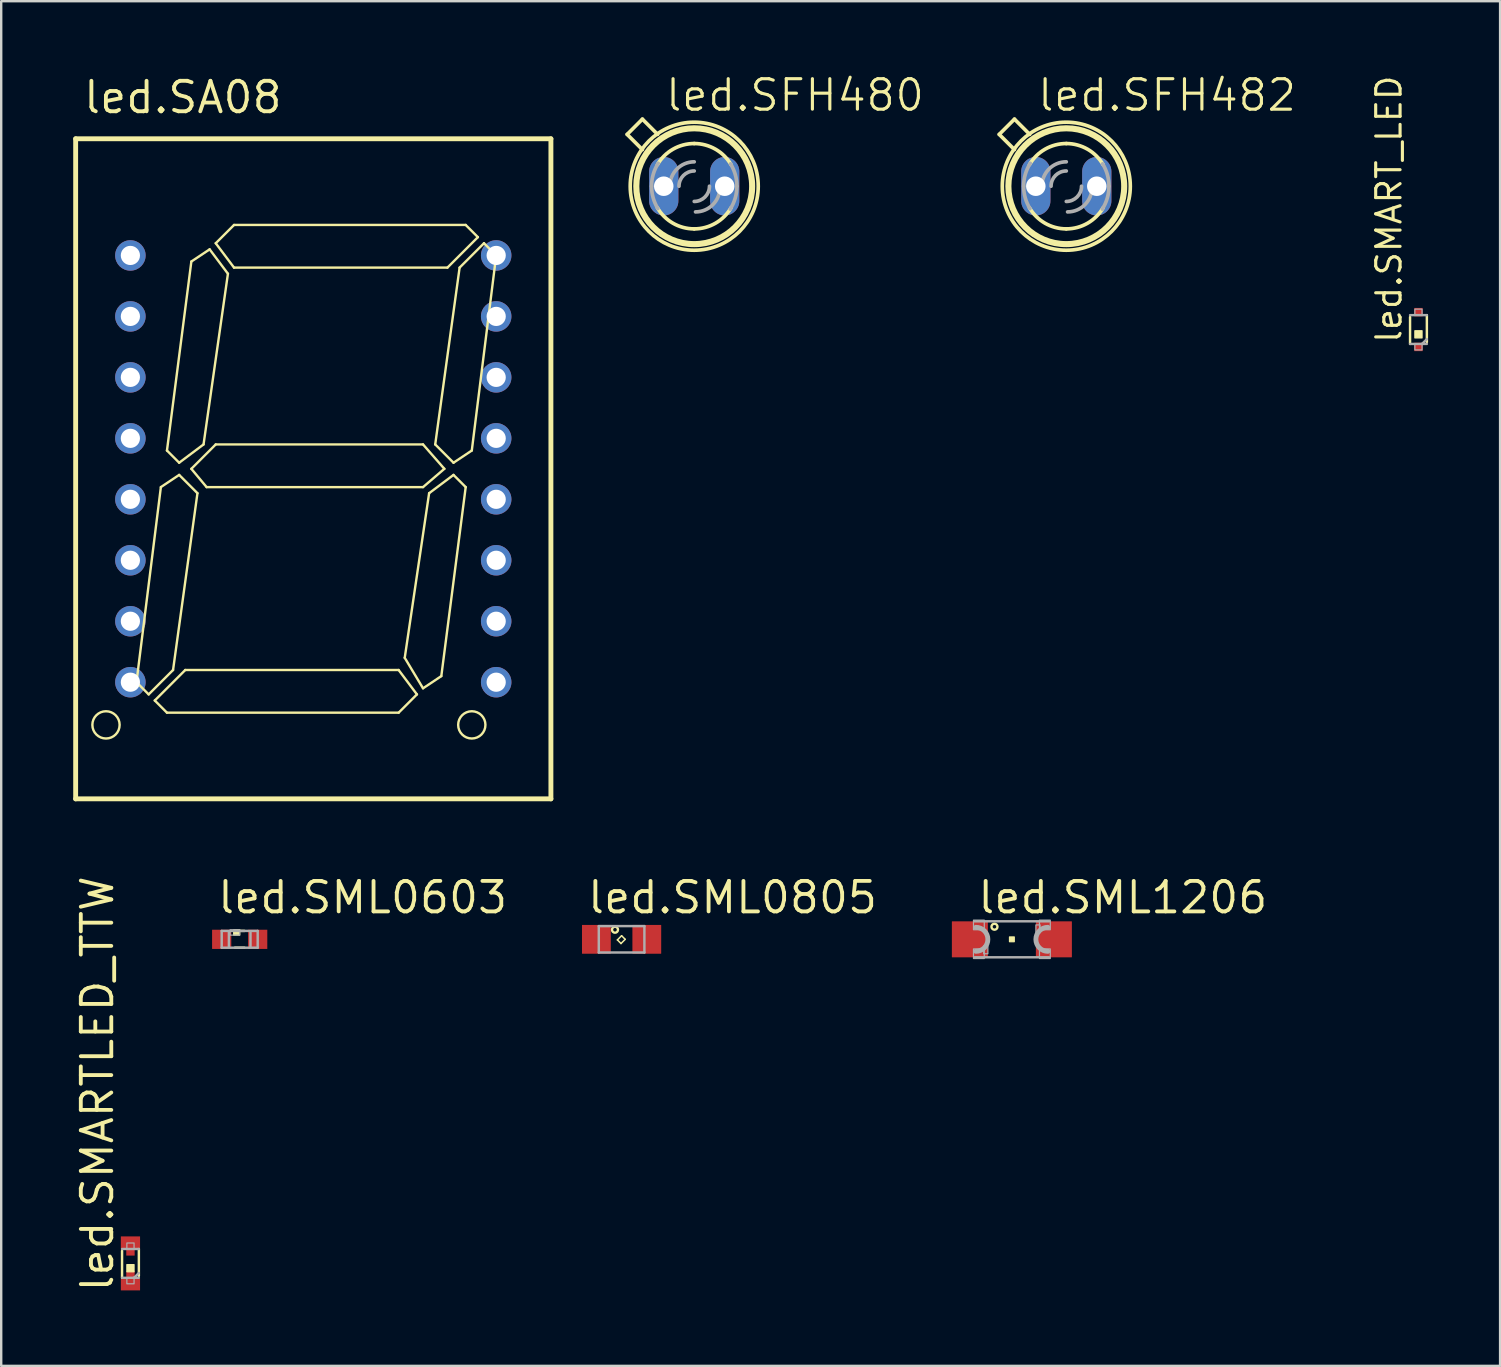
<source format=kicad_pcb>
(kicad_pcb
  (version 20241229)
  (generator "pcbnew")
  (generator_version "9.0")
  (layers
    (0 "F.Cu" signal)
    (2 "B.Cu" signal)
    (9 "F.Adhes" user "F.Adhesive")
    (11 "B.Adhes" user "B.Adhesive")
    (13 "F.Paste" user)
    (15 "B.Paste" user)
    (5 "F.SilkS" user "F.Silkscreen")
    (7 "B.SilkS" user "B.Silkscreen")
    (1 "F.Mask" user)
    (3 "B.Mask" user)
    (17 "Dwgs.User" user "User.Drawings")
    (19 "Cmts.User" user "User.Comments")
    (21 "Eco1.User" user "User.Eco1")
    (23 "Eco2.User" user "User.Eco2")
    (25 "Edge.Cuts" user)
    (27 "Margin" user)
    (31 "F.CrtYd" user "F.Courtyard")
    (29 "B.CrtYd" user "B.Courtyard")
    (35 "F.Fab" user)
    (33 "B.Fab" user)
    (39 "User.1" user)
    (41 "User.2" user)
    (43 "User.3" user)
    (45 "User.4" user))
  (footprint "led.SMARTLED_TTW"
    (layer "F.Cu")
    (at 2.385 49.586)
    (property "Reference" "led.SMARTLED_TTW" (at -0.635 1.27 90) (layer "F.SilkS") (effects (font (size 1.27 1.27) (thickness 0.16)) (justify left bottom)))
    (attr smd)
    (fp_rect (start -0.175 -0.325) (end 0.175 -0.7) (stroke (width 0.05) (type default)) (fill yes) (layer "F.Mask"))
    (fp_rect (start -0.175 0.7) (end 0.175 0.325) (stroke (width 0.05) (type default)) (fill yes) (layer "F.Mask"))
    (fp_line (start -0.35 0.6) (end -0.35 -0.6) (stroke (width 0.102) (type dash)) (layer "F.SilkS"))
    (fp_line (start 0.35 -0.6) (end 0.35 0.6) (stroke (width 0.102) (type dash)) (layer "F.SilkS"))
    (fp_rect (start -0.15 0.35) (end 0.15 0.05) (stroke (width 0.05) (type default)) (fill yes) (layer "F.SilkS"))
    (fp_rect (start -0.225 -0.3) (end 0.225 -0.975) (stroke (width 0.05) (type default)) (fill yes) (layer "F.Paste"))
    (fp_rect (start -0.225 0.975) (end 0.225 0.3) (stroke (width 0.05) (type default)) (fill yes) (layer "F.Paste"))
    (fp_line (start -0.35 -0.6) (end 0.35 -0.6) (stroke (width 0.102) (type dash)) (layer "F.Fab"))
    (fp_line (start 0.15 0.6) (end -0.35 0.6) (stroke (width 0.102) (type dash)) (layer "F.Fab"))
    (fp_line (start 0.35 0.4) (end 0.15 0.6) (stroke (width 0.102) (type dash)) (layer "F.Fab"))
    (fp_line (start 0.35 0.6) (end 0.15 0.6) (stroke (width 0.102) (type dash)) (layer "F.Fab"))
    (fp_rect (start -0.15 -0.6) (end 0.15 -0.85) (stroke (width 0.05) (type default)) (fill no) (layer "F.Fab"))
    (fp_rect (start -0.15 0.85) (end 0.15 0.6) (stroke (width 0.05) (type default)) (fill no) (layer "F.Fab"))
    (pad "A" smd roundrect (at 0 0.875) (size 0.8 0.5) (layers "F.Cu" "F.Mask" "F.Paste") (roundrect_rratio 0.01))
    (pad "A@1" smd roundrect (at 0 0.5) (size 0.35 0.35) (layers "F.Cu" "F.Mask" "F.Paste") (roundrect_rratio 0.01))
    (pad "C" smd roundrect (at 0 -0.875) (size 0.8 0.5) (layers "F.Cu" "F.Mask" "F.Paste") (roundrect_rratio 0.01))
    (pad "C@1" smd roundrect (at 0 -0.5) (size 0.35 0.35) (layers "F.Cu" "F.Mask" "F.Paste") (roundrect_rratio 0.01)))
  (footprint "led.SML1206"
    (layer "F.Cu")
    (at 39.107 36.084)
    (property "Reference" "led.SML1206" (at -1.5 -1 0) (layer "F.SilkS") (effects (font (size 1.27 1.27) (thickness 0.16)) (justify left bottom)))
    (attr smd)
    (fp_rect (start -0.1 0.1) (end 0.1 -0.1) (stroke (width 0.05) (type default)) (fill yes) (layer "F.SilkS"))
    (fp_circle (center -0.725 -0.525) (end -0.6 -0.525) (stroke (width 0.1) (type default)) (fill no) (layer "F.SilkS"))
    (fp_line (start -1.55 -0.75) (end 1.55 -0.75) (stroke (width 0.102) (type default)) (layer "F.Fab"))
    (fp_line (start 1.55 0.75) (end -1.55 0.75) (stroke (width 0.102) (type default)) (layer "F.Fab"))
    (fp_rect (start -1.6 -0.4) (end -1.15 -0.8) (stroke (width 0.05) (type default)) (fill no) (layer "F.Fab"))
    (fp_rect (start -1.6 0.8) (end -1.15 0.4) (stroke (width 0.05) (type default)) (fill no) (layer "F.Fab"))
    (fp_rect (start -1.175 0.6) (end -1 0.275) (stroke (width 0.05) (type default)) (fill no) (layer "F.Fab"))
    (fp_rect (start 1 -0.275) (end 1.175 -0.6) (stroke (width 0.05) (type default)) (fill no) (layer "F.Fab"))
    (fp_rect (start 1.15 -0.4) (end 1.6 -0.8) (stroke (width 0.05) (type default)) (fill no) (layer "F.Fab"))
    (fp_rect (start 1.15 0.8) (end 1.6 0.4) (stroke (width 0.05) (type default)) (fill no) (layer "F.Fab"))
    (fp_arc (start -1.5 -0.5) (mid -1 0) (end -1.5 0.5) (stroke (width 0.2032) (type default)) (layer "F.Fab"))
    (fp_arc (start 1.5 0.5) (mid 1 0) (end 1.5 -0.5) (stroke (width 0.2032) (type default)) (layer "F.Fab"))
    (pad "A" smd roundrect (at 1.75 0) (size 1.5 1.5) (layers "F.Cu" "F.Mask" "F.Paste") (roundrect_rratio 0.01))
    (pad "C" smd roundrect (at -1.75 0) (size 1.5 1.5) (layers "F.Cu" "F.Mask" "F.Paste") (roundrect_rratio 0.01)))
  (footprint "led.SMART_LED"
    (layer "F.Cu")
    (at 56.046 10.679)
    (property "Reference" "led.SMART_LED" (at -0.635 0.635 90) (layer "F.SilkS") (effects (font (size 1.016 1.016) (thickness 0.13)) (justify left bottom)))
    (attr smd)
    (fp_line (start -0.35 0.6) (end -0.35 -0.6) (stroke (width 0.102) (type dash)) (layer "F.SilkS"))
    (fp_line (start 0.35 -0.6) (end 0.35 0.6) (stroke (width 0.102) (type dash)) (layer "F.SilkS"))
    (fp_rect (start -0.15 0.35) (end 0.15 0.05) (stroke (width 0.05) (type default)) (fill yes) (layer "F.SilkS"))
    (fp_line (start -0.35 -0.6) (end 0.35 -0.6) (stroke (width 0.102) (type dash)) (layer "F.Fab"))
    (fp_line (start 0.15 0.6) (end -0.35 0.6) (stroke (width 0.102) (type dash)) (layer "F.Fab"))
    (fp_line (start 0.35 0.4) (end 0.15 0.6) (stroke (width 0.102) (type dash)) (layer "F.Fab"))
    (fp_line (start 0.35 0.6) (end 0.15 0.6) (stroke (width 0.102) (type dash)) (layer "F.Fab"))
    (fp_rect (start -0.15 -0.6) (end 0.15 -0.85) (stroke (width 0.05) (type default)) (fill no) (layer "F.Fab"))
    (fp_rect (start -0.15 0.85) (end 0.15 0.6) (stroke (width 0.05) (type default)) (fill no) (layer "F.Fab"))
    (pad "A" smd roundrect (at 0 -0.725) (size 0.35 0.35) (layers "F.Cu" "F.Mask" "F.Paste") (roundrect_rratio 0.01))
    (pad "B" smd roundrect (at 0 0.725) (size 0.35 0.35) (layers "F.Cu" "F.Mask" "F.Paste") (roundrect_rratio 0.01)))
  (footprint "led.SML0805"
    (layer "F.Cu")
    (at 22.847 36.084)
    (property "Reference" "led.SML0805" (at -1.5 -1 0) (layer "F.SilkS") (effects (font (size 1.27 1.27) (thickness 0.16)) (justify left bottom)))
    (attr smd)
    (fp_line (start -0.175 0.025) (end 0 -0.15) (stroke (width 0.063) (type default)) (layer "F.SilkS"))
    (fp_line (start -0.025 0.175) (end -0.175 0.025) (stroke (width 0.063) (type default)) (layer "F.SilkS"))
    (fp_line (start 0 -0.15) (end 0.15 0) (stroke (width 0.063) (type default)) (layer "F.SilkS"))
    (fp_line (start 0.15 0) (end -0.025 0.175) (stroke (width 0.063) (type default)) (layer "F.SilkS"))
    (fp_circle (center -0.275 -0.4) (end -0.15 -0.4) (stroke (width 0.1) (type default)) (fill no) (layer "F.SilkS"))
    (fp_line (start -0.95 -0.55) (end -0.95 0.55) (stroke (width 0.102) (type default)) (layer "F.Fab"))
    (fp_line (start -0.95 0.55) (end 0.95 0.55) (stroke (width 0.102) (type default)) (layer "F.Fab"))
    (fp_line (start 0.95 -0.55) (end -0.95 -0.55) (stroke (width 0.102) (type default)) (layer "F.Fab"))
    (fp_line (start 0.95 0.55) (end 0.95 -0.55) (stroke (width 0.102) (type default)) (layer "F.Fab"))
    (pad "A" smd roundrect (at 1.05 0) (size 1.2 1.2) (layers "F.Cu" "F.Mask" "F.Paste") (roundrect_rratio 0.01))
    (pad "C" smd roundrect (at -1.05 0) (size 1.2 1.2) (layers "F.Cu" "F.Mask" "F.Paste") (roundrect_rratio 0.01)))
  (footprint "led.SML0603"
    (layer "F.Cu")
    (at 6.936 36.084)
    (property "Reference" "led.SML0603" (at -1 -1 0) (layer "F.SilkS") (effects (font (size 1.27 1.27) (thickness 0.16)) (justify left bottom)))
    (attr smd)
    (fp_line (start -0.2 -0.35) (end 0.2 -0.35) (stroke (width 0.102) (type default)) (layer "F.SilkS"))
    (fp_line (start -0.2 0.35) (end 0.2 0.35) (stroke (width 0.102) (type default)) (layer "F.SilkS"))
    (fp_rect (start -0.25 -0.175) (end 0 -0.4) (stroke (width 0.05) (type default)) (fill yes) (layer "F.SilkS"))
    (fp_line (start -0.75 -0.35) (end 0.75 -0.35) (stroke (width 0.102) (type default)) (layer "F.Fab"))
    (fp_line (start -0.75 0.35) (end -0.75 -0.35) (stroke (width 0.102) (type default)) (layer "F.Fab"))
    (fp_line (start -0.45 -0.3) (end -0.45 0.3) (stroke (width 0.102) (type default)) (layer "F.Fab"))
    (fp_line (start 0.45 -0.3) (end 0.45 0.3) (stroke (width 0.102) (type default)) (layer "F.Fab"))
    (fp_line (start 0.75 -0.35) (end 0.75 0.35) (stroke (width 0.102) (type default)) (layer "F.Fab"))
    (fp_line (start 0.75 0.35) (end -0.75 0.35) (stroke (width 0.102) (type default)) (layer "F.Fab"))
    (fp_rect (start -0.4 -0.175) (end 0 -0.4) (stroke (width 0.05) (type default)) (fill no) (layer "F.Fab"))
    (pad "A" smd roundrect (at 0.75 0) (size 0.8 0.8) (layers "F.Cu" "F.Mask" "F.Paste") (roundrect_rratio 0.01))
    (pad "C" smd roundrect (at -0.75 0) (size 0.8 0.8) (layers "F.Cu" "F.Mask" "F.Paste") (roundrect_rratio 0.01)))
  (footprint "led.SA08"
    (layer "F.Cu")
    (at 10.002 16.482)
    (property "Reference" "led.SA08" (at -9.652 -14.732 0) (layer "F.SilkS") (effects (font (size 1.27 1.27) (thickness 0.16)) (justify left bottom)))
    (attr through_hole)
    (fp_line (start -9.9 -13.75) (end 9.9 -13.75) (stroke (width 0.203) (type default)) (layer "F.SilkS"))
    (fp_line (start -9.9 13.75) (end -9.9 -13.75) (stroke (width 0.203) (type default)) (layer "F.SilkS"))
    (fp_line (start -7.366 8.89) (end -6.35 0.762) (stroke (width 0.1) (type default)) (layer "F.SilkS"))
    (fp_line (start -6.858 9.398) (end -7.366 8.89) (stroke (width 0.1) (type default)) (layer "F.SilkS"))
    (fp_line (start -6.604 9.652) (end -6.096 10.16) (stroke (width 0.1) (type default)) (layer "F.SilkS"))
    (fp_line (start -6.35 0.762) (end -5.588 0.254) (stroke (width 0.1) (type default)) (layer "F.SilkS"))
    (fp_line (start -6.096 -0.762) (end -5.588 -0.254) (stroke (width 0.1) (type default)) (layer "F.SilkS"))
    (fp_line (start -6.096 10.16) (end 3.556 10.16) (stroke (width 0.1) (type default)) (layer "F.SilkS"))
    (fp_line (start -5.842 8.382) (end -6.858 9.398) (stroke (width 0.1) (type default)) (layer "F.SilkS"))
    (fp_line (start -5.588 -0.254) (end -4.572 -1.016) (stroke (width 0.1) (type default)) (layer "F.SilkS"))
    (fp_line (start -5.588 0.254) (end -4.826 1.016) (stroke (width 0.1) (type default)) (layer "F.SilkS"))
    (fp_line (start -5.334 8.382) (end -6.604 9.652) (stroke (width 0.1) (type default)) (layer "F.SilkS"))
    (fp_line (start -5.08 -8.636) (end -6.096 -0.762) (stroke (width 0.1) (type default)) (layer "F.SilkS"))
    (fp_line (start -5.08 0) (end -4.064 -1.016) (stroke (width 0.1) (type default)) (layer "F.SilkS"))
    (fp_line (start -4.826 1.016) (end -5.842 8.382) (stroke (width 0.1) (type default)) (layer "F.SilkS"))
    (fp_line (start -4.572 -1.016) (end -3.556 -8.128) (stroke (width 0.1) (type default)) (layer "F.SilkS"))
    (fp_line (start -4.445 0.762) (end -5.08 0) (stroke (width 0.1) (type default)) (layer "F.SilkS"))
    (fp_line (start -4.318 -9.144) (end -5.08 -8.636) (stroke (width 0.1) (type default)) (layer "F.SilkS"))
    (fp_line (start -4.064 -9.398) (end -3.302 -8.382) (stroke (width 0.1) (type default)) (layer "F.SilkS"))
    (fp_line (start -4.064 -1.016) (end 4.572 -1.016) (stroke (width 0.1) (type default)) (layer "F.SilkS"))
    (fp_line (start -3.556 -8.128) (end -4.318 -9.144) (stroke (width 0.1) (type default)) (layer "F.SilkS"))
    (fp_line (start -3.302 -10.16) (end -4.064 -9.398) (stroke (width 0.1) (type default)) (layer "F.SilkS"))
    (fp_line (start -3.302 -8.382) (end 5.588 -8.382) (stroke (width 0.1) (type default)) (layer "F.SilkS"))
    (fp_line (start 3.556 8.382) (end -5.334 8.382) (stroke (width 0.1) (type default)) (layer "F.SilkS"))
    (fp_line (start 3.556 10.16) (end 4.318 9.398) (stroke (width 0.1) (type default)) (layer "F.SilkS"))
    (fp_line (start 3.81 7.874) (end 4.572 9.144) (stroke (width 0.1) (type default)) (layer "F.SilkS"))
    (fp_line (start 4.318 9.398) (end 3.556 8.382) (stroke (width 0.1) (type default)) (layer "F.SilkS"))
    (fp_line (start 4.572 -1.016) (end 5.461 0) (stroke (width 0.1) (type default)) (layer "F.SilkS"))
    (fp_line (start 4.572 0.762) (end -4.445 0.762) (stroke (width 0.1) (type default)) (layer "F.SilkS"))
    (fp_line (start 4.572 9.144) (end 5.334 8.636) (stroke (width 0.1) (type default)) (layer "F.SilkS"))
    (fp_line (start 4.826 1.016) (end 3.81 7.874) (stroke (width 0.1) (type default)) (layer "F.SilkS"))
    (fp_line (start 5.08 -1.016) (end 6.096 -8.382) (stroke (width 0.1) (type default)) (layer "F.SilkS"))
    (fp_line (start 5.334 8.636) (end 6.35 0.762) (stroke (width 0.1) (type default)) (layer "F.SilkS"))
    (fp_line (start 5.461 0) (end 4.572 0.762) (stroke (width 0.1) (type default)) (layer "F.SilkS"))
    (fp_line (start 5.588 -8.382) (end 6.858 -9.652) (stroke (width 0.1) (type default)) (layer "F.SilkS"))
    (fp_line (start 5.842 -0.254) (end 5.08 -1.016) (stroke (width 0.1) (type default)) (layer "F.SilkS"))
    (fp_line (start 5.842 0.254) (end 4.826 1.016) (stroke (width 0.1) (type default)) (layer "F.SilkS"))
    (fp_line (start 6.096 -8.382) (end 7.112 -9.398) (stroke (width 0.1) (type default)) (layer "F.SilkS"))
    (fp_line (start 6.35 -10.16) (end -3.302 -10.16) (stroke (width 0.1) (type default)) (layer "F.SilkS"))
    (fp_line (start 6.35 0.762) (end 5.842 0.254) (stroke (width 0.1) (type default)) (layer "F.SilkS"))
    (fp_line (start 6.604 -0.762) (end 5.842 -0.254) (stroke (width 0.1) (type default)) (layer "F.SilkS"))
    (fp_line (start 6.858 -9.652) (end 6.35 -10.16) (stroke (width 0.1) (type default)) (layer "F.SilkS"))
    (fp_line (start 7.112 -9.398) (end 7.62 -8.89) (stroke (width 0.1) (type default)) (layer "F.SilkS"))
    (fp_line (start 7.62 -8.89) (end 6.604 -0.762) (stroke (width 0.1) (type default)) (layer "F.SilkS"))
    (fp_line (start 9.9 -13.75) (end 9.9 13.75) (stroke (width 0.203) (type default)) (layer "F.SilkS"))
    (fp_line (start 9.9 13.75) (end -9.9 13.75) (stroke (width 0.203) (type default)) (layer "F.SilkS"))
    (fp_circle (center -8.636 10.668) (end -8.068 10.668) (stroke (width 0.1) (type default)) (fill no) (layer "F.SilkS"))
    (fp_circle (center 6.604 10.668) (end 7.172 10.668) (stroke (width 0.1) (type default)) (fill no) (layer "F.SilkS"))
    (pad "1" thru_hole circle (at -7.62 -8.89) (size 1.27 1.27) (drill 0.8) (layers "*.Cu" "*.Mask"))
    (pad "2" thru_hole circle (at -7.62 -6.35) (size 1.27 1.27) (drill 0.8) (layers "*.Cu" "*.Mask"))
    (pad "3" thru_hole circle (at -7.62 -3.81) (size 1.27 1.27) (drill 0.8) (layers "*.Cu" "*.Mask"))
    (pad "4" thru_hole circle (at -7.62 -1.27) (size 1.27 1.27) (drill 0.8) (layers "*.Cu" "*.Mask"))
    (pad "5" thru_hole circle (at -7.62 1.27) (size 1.27 1.27) (drill 0.8) (layers "*.Cu" "*.Mask"))
    (pad "6" thru_hole circle (at -7.62 3.81) (size 1.27 1.27) (drill 0.8) (layers "*.Cu" "*.Mask"))
    (pad "7" thru_hole circle (at -7.62 6.35) (size 1.27 1.27) (drill 0.8) (layers "*.Cu" "*.Mask"))
    (pad "8" thru_hole circle (at -7.62 8.89) (size 1.27 1.27) (drill 0.8) (layers "*.Cu" "*.Mask"))
    (pad "9" thru_hole circle (at 7.62 8.89) (size 1.27 1.27) (drill 0.8) (layers "*.Cu" "*.Mask"))
    (pad "10" thru_hole circle (at 7.62 6.35) (size 1.27 1.27) (drill 0.8) (layers "*.Cu" "*.Mask"))
    (pad "11" thru_hole circle (at 7.62 3.81) (size 1.27 1.27) (drill 0.8) (layers "*.Cu" "*.Mask"))
    (pad "12" thru_hole circle (at 7.62 1.27) (size 1.27 1.27) (drill 0.8) (layers "*.Cu" "*.Mask"))
    (pad "13" thru_hole circle (at 7.62 -1.27) (size 1.27 1.27) (drill 0.8) (layers "*.Cu" "*.Mask"))
    (pad "14" thru_hole circle (at 7.62 -3.81) (size 1.27 1.27) (drill 0.8) (layers "*.Cu" "*.Mask"))
    (pad "15" thru_hole circle (at 7.62 -6.35) (size 1.27 1.27) (drill 0.8) (layers "*.Cu" "*.Mask"))
    (pad "16" thru_hole circle (at 7.62 -8.89) (size 1.27 1.27) (drill 0.8) (layers "*.Cu" "*.Mask")))
  (footprint "led.SFH482"
    (layer "F.Cu")
    (at 41.374 4.708)
    (property "Reference" "led.SFH482" (at -1.27 -3.048 0) (layer "F.SilkS") (effects (font (size 1.27 1.27) (thickness 0.13)) (justify left bottom)))
    (attr through_hole)
    (fp_line (start -2.794 -2.159) (end -2.159 -2.794) (stroke (width 0.152) (type default)) (layer "F.SilkS"))
    (fp_line (start -2.159 -1.524) (end -2.794 -2.159) (stroke (width 0.152) (type default)) (layer "F.SilkS"))
    (fp_line (start -1.524 -2.159) (end -2.159 -2.794) (stroke (width 0.152) (type default)) (layer "F.SilkS"))
    (fp_arc (start -1.5358 -0.8959) (mid -0.88555 -1.541787) (end 0 -1.778) (stroke (width 0.1524) (type default)) (layer "F.SilkS"))
    (fp_arc (start 0 -1.778) (mid 0.88555 -1.541787) (end 1.5358 -0.8959) (stroke (width 0.1524) (type default)) (layer "F.SilkS"))
    (fp_arc (start 0 1.778) (mid -0.88555 1.541787) (end -1.5358 0.8959) (stroke (width 0.1524) (type default)) (layer "F.SilkS"))
    (fp_arc (start 1.5358 0.8959) (mid 0.88555 1.541787) (end 0 1.778) (stroke (width 0.1524) (type default)) (layer "F.SilkS"))
    (fp_circle (center 0 0) (end 2.413 0) (stroke (width 0.254) (type default)) (fill no) (layer "F.SilkS"))
    (fp_circle (center 0 0) (end 2.667 0) (stroke (width 0.152) (type default)) (fill no) (layer "F.SilkS"))
    (fp_arc (start -1.778 0) (mid -1.707084 -0.497128) (end -1.5 -0.9546) (stroke (width 0.1524) (type default)) (layer "F.Fab"))
    (fp_arc (start -1.5142 0.9318) (mid -1.710762 0.484206) (end -1.778 0) (stroke (width 0.1524) (type default)) (layer "F.Fab"))
    (fp_arc (start -1.016 0) (mid -0.71842 -0.71842) (end 0 -1.016) (stroke (width 0.1524) (type default)) (layer "F.Fab"))
    (fp_arc (start -0.635 0) (mid -0.449013 -0.449013) (end 0 -0.635) (stroke (width 0.1524) (type default)) (layer "F.Fab"))
    (fp_arc (start 0.635 0) (mid 0.449013 0.449013) (end 0 0.635) (stroke (width 0.1524) (type default)) (layer "F.Fab"))
    (fp_arc (start 1.0699 0.0539) (mid 0.77232 0.77232) (end 0.0539 1.0699) (stroke (width 0.1524) (type default)) (layer "F.Fab"))
    (fp_arc (start 1.5142 -0.9318) (mid 1.710762 -0.484206) (end 1.778 0) (stroke (width 0.1524) (type default)) (layer "F.Fab"))
    (fp_arc (start 1.778 0) (mid 1.707084 0.497128) (end 1.5 0.9546) (stroke (width 0.1524) (type default)) (layer "F.Fab"))
    (pad "A" thru_hole oval (at -1.27 0 90) (size 2.438 1.219) (drill 0.813) (layers "*.Cu" "*.Mask"))
    (pad "K" thru_hole oval (at 1.27 0 90) (size 2.438 1.219) (drill 0.813) (layers "*.Cu" "*.Mask")))
  (footprint "led.SFH480"
    (layer "F.Cu")
    (at 25.873 4.708)
    (property "Reference" "led.SFH480" (at -1.27 -3.048 0) (layer "F.SilkS") (effects (font (size 1.27 1.27) (thickness 0.13)) (justify left bottom)))
    (attr through_hole)
    (fp_line (start -2.794 -2.159) (end -2.159 -2.794) (stroke (width 0.152) (type default)) (layer "F.SilkS"))
    (fp_line (start -2.159 -1.524) (end -2.794 -2.159) (stroke (width 0.152) (type default)) (layer "F.SilkS"))
    (fp_line (start -1.524 -2.159) (end -2.159 -2.794) (stroke (width 0.152) (type default)) (layer "F.SilkS"))
    (fp_arc (start -1.5358 -0.8959) (mid -0.88555 -1.541787) (end 0 -1.778) (stroke (width 0.1524) (type default)) (layer "F.SilkS"))
    (fp_arc (start 0 -1.778) (mid 0.88555 -1.541787) (end 1.5358 -0.8959) (stroke (width 0.1524) (type default)) (layer "F.SilkS"))
    (fp_arc (start 0 1.778) (mid -0.88555 1.541787) (end -1.5358 0.8959) (stroke (width 0.1524) (type default)) (layer "F.SilkS"))
    (fp_arc (start 1.5358 0.8959) (mid 0.88555 1.541787) (end 0 1.778) (stroke (width 0.1524) (type default)) (layer "F.SilkS"))
    (fp_circle (center 0 0) (end 2.413 0) (stroke (width 0.254) (type default)) (fill no) (layer "F.SilkS"))
    (fp_circle (center 0 0) (end 2.667 0) (stroke (width 0.152) (type default)) (fill no) (layer "F.SilkS"))
    (fp_arc (start -1.778 0) (mid -1.707084 -0.497128) (end -1.5 -0.9546) (stroke (width 0.1524) (type default)) (layer "F.Fab"))
    (fp_arc (start -1.5142 0.9318) (mid -1.710762 0.484206) (end -1.778 0) (stroke (width 0.1524) (type default)) (layer "F.Fab"))
    (fp_arc (start -1.016 0) (mid -0.71842 -0.71842) (end 0 -1.016) (stroke (width 0.1524) (type default)) (layer "F.Fab"))
    (fp_arc (start -0.635 0) (mid -0.449013 -0.449013) (end 0 -0.635) (stroke (width 0.1524) (type default)) (layer "F.Fab"))
    (fp_arc (start 0.635 0) (mid 0.449013 0.449013) (end 0 0.635) (stroke (width 0.1524) (type default)) (layer "F.Fab"))
    (fp_arc (start 1.0699 0.0539) (mid 0.77232 0.77232) (end 0.0539 1.0699) (stroke (width 0.1524) (type default)) (layer "F.Fab"))
    (fp_arc (start 1.5142 -0.9318) (mid 1.710762 -0.484206) (end 1.778 0) (stroke (width 0.1524) (type default)) (layer "F.Fab"))
    (fp_arc (start 1.778 0) (mid 1.707084 0.497128) (end 1.5 0.9546) (stroke (width 0.1524) (type default)) (layer "F.Fab"))
    (pad "A" thru_hole oval (at 1.27 0 90) (size 2.438 1.219) (drill 0.813) (layers "*.Cu" "*.Mask"))
    (pad "K" thru_hole oval (at -1.27 0 90) (size 2.438 1.219) (drill 0.813) (layers "*.Cu" "*.Mask")))
  (gr_rect
    (start -3 -3)
    (end 59.447 53.856)
    (stroke (width 0.1) (type default))
    (fill no)
    (layer "Edge.Cuts")))
</source>
